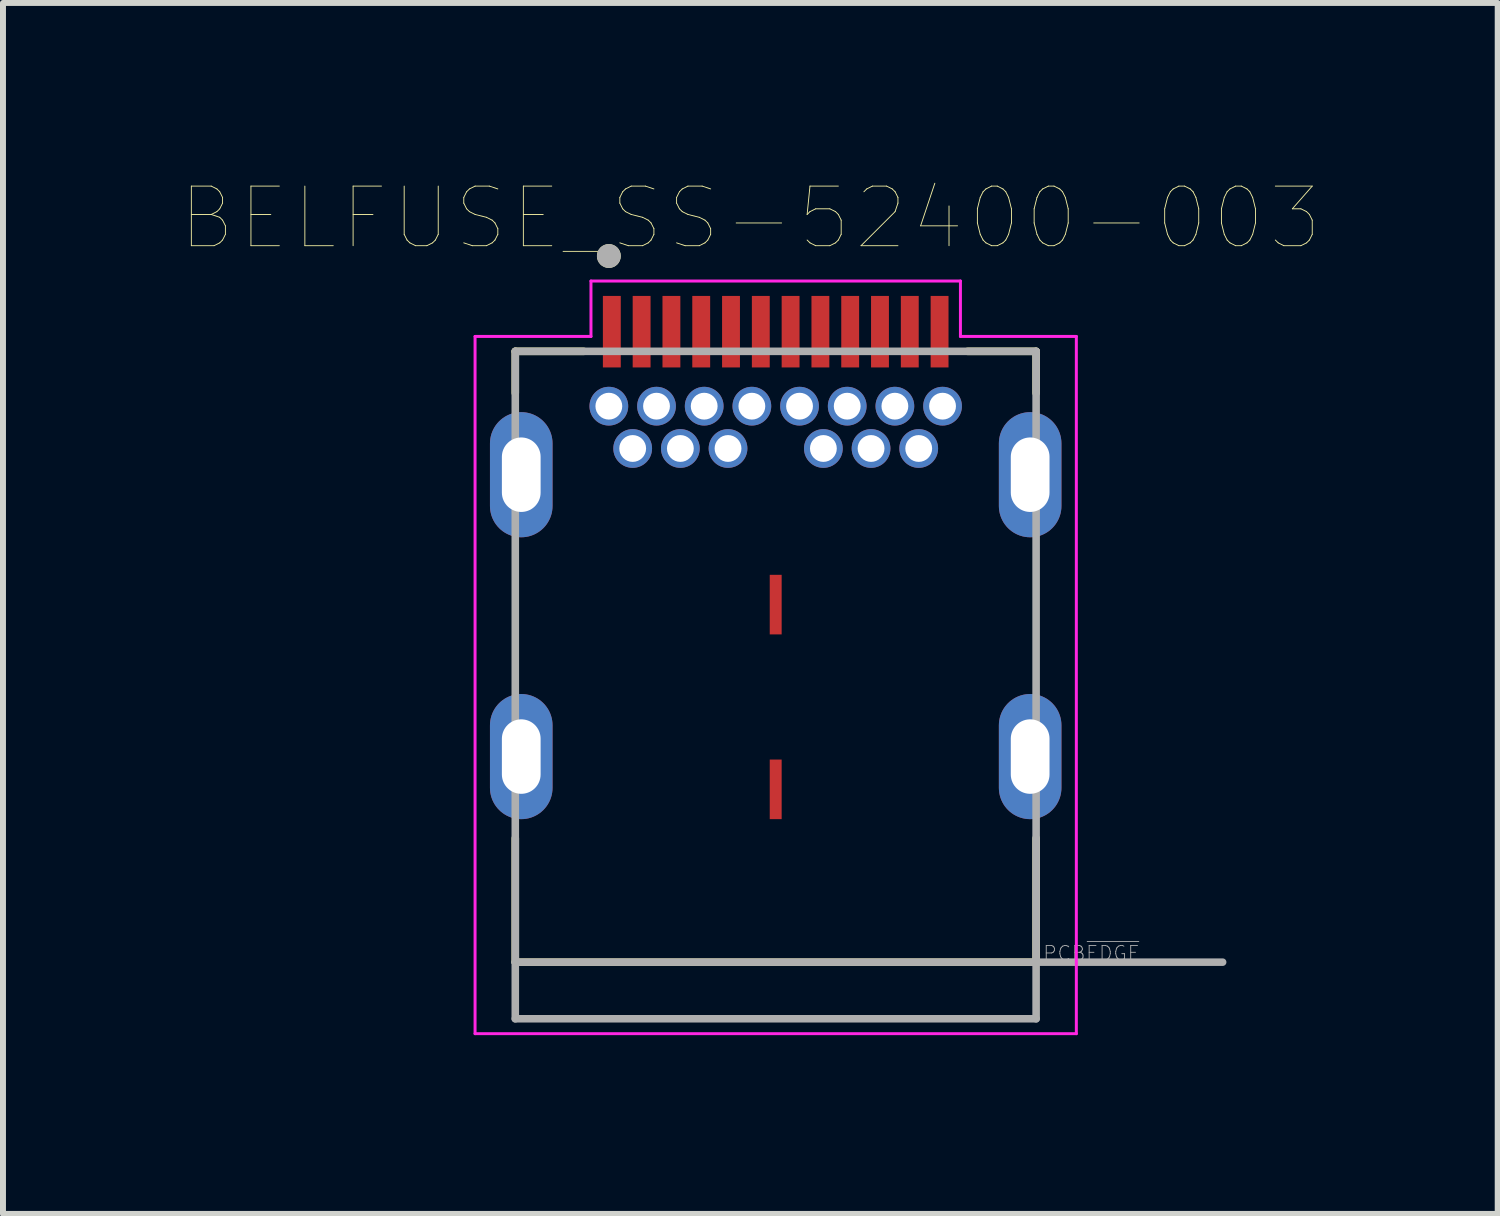
<source format=kicad_pcb>
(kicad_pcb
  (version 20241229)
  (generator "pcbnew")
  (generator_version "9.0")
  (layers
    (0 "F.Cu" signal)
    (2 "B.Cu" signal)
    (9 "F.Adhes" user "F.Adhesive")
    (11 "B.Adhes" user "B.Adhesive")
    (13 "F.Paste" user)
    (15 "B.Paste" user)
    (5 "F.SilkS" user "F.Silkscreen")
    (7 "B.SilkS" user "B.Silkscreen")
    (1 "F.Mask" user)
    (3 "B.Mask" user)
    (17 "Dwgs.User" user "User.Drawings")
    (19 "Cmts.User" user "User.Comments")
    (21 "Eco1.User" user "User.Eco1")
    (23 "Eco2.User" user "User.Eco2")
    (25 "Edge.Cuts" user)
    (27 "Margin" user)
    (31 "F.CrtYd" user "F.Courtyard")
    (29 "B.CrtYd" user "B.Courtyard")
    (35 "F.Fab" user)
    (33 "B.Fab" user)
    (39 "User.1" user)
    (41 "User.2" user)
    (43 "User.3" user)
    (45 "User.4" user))
  (footprint "BELFUSE_SS-52400-003"
    (layer "F.Cu")
    (at 9.967 9.646)
    (property "Reference" "BELFUSE_SS-52400-003" (at -0.425 -9.035 0) (layer "F.SilkS") (effects (font (size 1 1) (thickness 0.015))))
    (attr through_hole)
    (fp_line (start -4.37 -6.8) (end -4.37 -6.1) (stroke (width 0.127) (type solid)) (layer "F.SilkS"))
    (fp_line (start -4.37 1.37) (end -4.37 3.45) (stroke (width 0.127) (type solid)) (layer "F.SilkS"))
    (fp_line (start -4.37 3.45) (end 4.37 3.45) (stroke (width 0.127) (type solid)) (layer "F.SilkS"))
    (fp_line (start -3.22 -6.8) (end -4.37 -6.8) (stroke (width 0.127) (type solid)) (layer "F.SilkS"))
    (fp_line (start 3.22 -6.8) (end 4.37 -6.8) (stroke (width 0.127) (type solid)) (layer "F.SilkS"))
    (fp_line (start 4.37 -6.8) (end 4.37 -6.1) (stroke (width 0.127) (type solid)) (layer "F.SilkS"))
    (fp_line (start 4.37 3.45) (end 4.37 1.37) (stroke (width 0.127) (type solid)) (layer "F.SilkS"))
    (fp_circle (center -2.8 -8.4) (end -2.7 -8.4) (stroke (width 0.2) (type solid)) (fill no) (layer "F.SilkS"))
    (fp_line (start -5.045 -7.05) (end -5.045 4.65) (stroke (width 0.05) (type solid)) (layer "F.CrtYd"))
    (fp_line (start -5.045 4.65) (end 5.045 4.65) (stroke (width 0.05) (type solid)) (layer "F.CrtYd"))
    (fp_line (start -3.1 -7.98) (end -3.1 -7.05) (stroke (width 0.05) (type solid)) (layer "F.CrtYd"))
    (fp_line (start -3.1 -7.05) (end -5.045 -7.05) (stroke (width 0.05) (type solid)) (layer "F.CrtYd"))
    (fp_line (start 3.1 -7.98) (end -3.1 -7.98) (stroke (width 0.05) (type solid)) (layer "F.CrtYd"))
    (fp_line (start 3.1 -7.05) (end 3.1 -7.98) (stroke (width 0.05) (type solid)) (layer "F.CrtYd"))
    (fp_line (start 5.045 -7.05) (end 3.1 -7.05) (stroke (width 0.05) (type solid)) (layer "F.CrtYd"))
    (fp_line (start 5.045 4.65) (end 5.045 -7.05) (stroke (width 0.05) (type solid)) (layer "F.CrtYd"))
    (fp_line (start -4.37 -6.8) (end 4.37 -6.8) (stroke (width 0.127) (type solid)) (layer "F.Fab"))
    (fp_line (start -4.37 3.45) (end -4.37 -6.8) (stroke (width 0.127) (type solid)) (layer "F.Fab"))
    (fp_line (start -4.37 3.45) (end 7.5 3.45) (stroke (width 0.127) (type solid)) (layer "F.Fab"))
    (fp_line (start -4.37 4.4) (end -4.37 3.45) (stroke (width 0.127) (type solid)) (layer "F.Fab"))
    (fp_line (start 4.37 -6.8) (end 4.37 4.4) (stroke (width 0.127) (type solid)) (layer "F.Fab"))
    (fp_line (start 4.37 4.4) (end -4.37 4.4) (stroke (width 0.127) (type solid)) (layer "F.Fab"))
    (fp_circle (center -2.8 -8.4) (end -2.7 -8.4) (stroke (width 0.2) (type solid)) (fill no) (layer "F.Fab"))
    (fp_text user "PCB~{EDGE}" (at 5.3 3.3 0) (layer "F.Fab") (effects (font (size 0.24 0.24) (thickness 0.015))))
    (pad "A1" smd rect (at -2.75 -7.13) (size 0.3 1.2) (layers "F.Cu" "F.Mask" "F.Paste"))
    (pad "A2" smd rect (at -2.25 -7.13) (size 0.3 1.2) (layers "F.Cu" "F.Mask" "F.Paste"))
    (pad "A3" smd rect (at -1.75 -7.13) (size 0.3 1.2) (layers "F.Cu" "F.Mask" "F.Paste"))
    (pad "A4" smd rect (at -1.25 -7.13) (size 0.3 1.2) (layers "F.Cu" "F.Mask" "F.Paste"))
    (pad "A5" smd rect (at -0.75 -7.13) (size 0.3 1.2) (layers "F.Cu" "F.Mask" "F.Paste"))
    (pad "A6" smd rect (at -0.25 -7.13) (size 0.3 1.2) (layers "F.Cu" "F.Mask" "F.Paste"))
    (pad "A7" smd rect (at 0.25 -7.13) (size 0.3 1.2) (layers "F.Cu" "F.Mask" "F.Paste"))
    (pad "A8" smd rect (at 0.75 -7.13) (size 0.3 1.2) (layers "F.Cu" "F.Mask" "F.Paste"))
    (pad "A9" smd rect (at 1.25 -7.13) (size 0.3 1.2) (layers "F.Cu" "F.Mask" "F.Paste"))
    (pad "A10" smd rect (at 1.75 -7.13) (size 0.3 1.2) (layers "F.Cu" "F.Mask" "F.Paste"))
    (pad "A11" smd rect (at 2.25 -7.13) (size 0.3 1.2) (layers "F.Cu" "F.Mask" "F.Paste"))
    (pad "A12" smd rect (at 2.75 -7.13) (size 0.3 1.2) (layers "F.Cu" "F.Mask" "F.Paste"))
    (pad "B1" thru_hole circle (at 2.8 -5.88) (size 0.65 0.65) (drill 0.45) (layers "*.Cu" "*.Mask"))
    (pad "B2" thru_hole circle (at 2.4 -5.17) (size 0.65 0.65) (drill 0.45) (layers "*.Cu" "*.Mask"))
    (pad "B3" thru_hole circle (at 1.6 -5.17) (size 0.65 0.65) (drill 0.45) (layers "*.Cu" "*.Mask"))
    (pad "B4" thru_hole circle (at 1.2 -5.88) (size 0.65 0.65) (drill 0.45) (layers "*.Cu" "*.Mask"))
    (pad "B5" thru_hole circle (at 0.8 -5.17) (size 0.65 0.65) (drill 0.45) (layers "*.Cu" "*.Mask"))
    (pad "B6" thru_hole circle (at 0.4 -5.88) (size 0.65 0.65) (drill 0.45) (layers "*.Cu" "*.Mask"))
    (pad "B7" thru_hole circle (at -0.4 -5.88) (size 0.65 0.65) (drill 0.45) (layers "*.Cu" "*.Mask"))
    (pad "B8" thru_hole circle (at -0.8 -5.17) (size 0.65 0.65) (drill 0.45) (layers "*.Cu" "*.Mask"))
    (pad "B9" thru_hole circle (at -1.2 -5.88) (size 0.65 0.65) (drill 0.45) (layers "*.Cu" "*.Mask"))
    (pad "B10" thru_hole circle (at -1.6 -5.17) (size 0.65 0.65) (drill 0.45) (layers "*.Cu" "*.Mask"))
    (pad "B11" thru_hole circle (at -2.4 -5.17) (size 0.65 0.65) (drill 0.45) (layers "*.Cu" "*.Mask"))
    (pad "B12" thru_hole circle (at -2.8 -5.88) (size 0.65 0.65) (drill 0.45) (layers "*.Cu" "*.Mask"))
    (pad "G1" thru_hole circle (at 2 -5.88) (size 0.65 0.65) (drill 0.45) (layers "*.Cu" "*.Mask"))
    (pad "G2" thru_hole circle (at -2 -5.88) (size 0.65 0.65) (drill 0.45) (layers "*.Cu" "*.Mask"))
    (pad "G3" smd rect (at 0 -2.55) (size 0.2 1) (layers "F.Cu" "F.Mask" "F.Paste"))
    (pad "G4" smd rect (at 0 0.55) (size 0.2 1) (layers "F.Cu" "F.Mask" "F.Paste"))
    (pad "S1" thru_hole oval (at -4.27 -4.73) (size 1.05 2.1) (drill oval 0.65 1.25) (layers "*.Cu" "*.Mask"))
    (pad "S2" thru_hole oval (at 4.27 -4.73) (size 1.05 2.1) (drill oval 0.65 1.25) (layers "*.Cu" "*.Mask"))
    (pad "S3" thru_hole oval (at -4.27 0) (size 1.05 2.1) (drill oval 0.65 1.25) (layers "*.Cu" "*.Mask"))
    (pad "S4" thru_hole oval (at 4.27 0) (size 1.05 2.1) (drill oval 0.65 1.25) (layers "*.Cu" "*.Mask")))
  (gr_rect
    (start -3 -3)
    (end 22.083 17.321)
    (stroke (width 0.1) (type default))
    (fill no)
    (layer "Edge.Cuts")))
</source>
